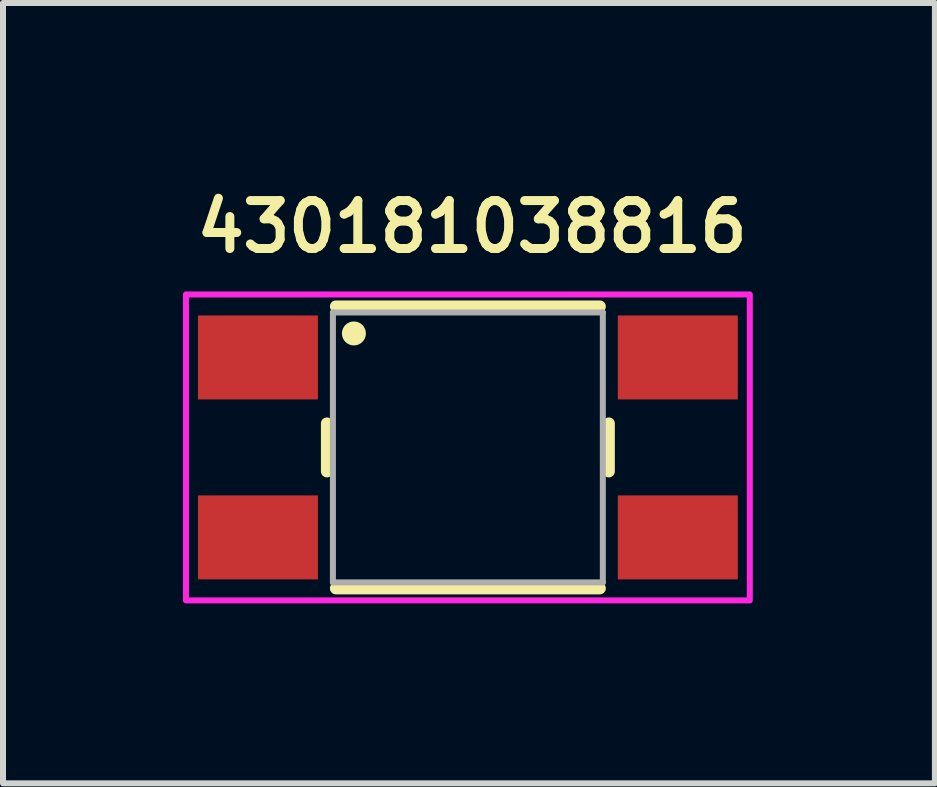
<source format=kicad_pcb>
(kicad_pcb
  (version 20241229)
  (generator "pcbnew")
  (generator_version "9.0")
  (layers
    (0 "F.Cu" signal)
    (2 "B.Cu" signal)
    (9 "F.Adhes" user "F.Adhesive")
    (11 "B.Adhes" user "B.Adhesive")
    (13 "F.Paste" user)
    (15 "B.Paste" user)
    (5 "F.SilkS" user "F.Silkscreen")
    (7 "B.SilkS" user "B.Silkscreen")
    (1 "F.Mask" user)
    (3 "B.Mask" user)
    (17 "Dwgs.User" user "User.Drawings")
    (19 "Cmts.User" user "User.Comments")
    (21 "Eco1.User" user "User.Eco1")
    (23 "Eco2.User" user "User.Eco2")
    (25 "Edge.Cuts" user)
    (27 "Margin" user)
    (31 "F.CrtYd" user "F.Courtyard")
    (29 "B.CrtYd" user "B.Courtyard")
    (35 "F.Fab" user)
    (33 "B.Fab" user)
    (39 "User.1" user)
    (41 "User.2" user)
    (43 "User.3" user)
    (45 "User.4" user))
  (footprint "430181038816"
    (layer "F.Cu")
    (at 4.75 4.409)
    (property "Reference" "430181038816" (at 0.07 -3.678 0) (layer "F.SilkS") (effects (font (size 0.8 0.8) (thickness 0.15))))
    (attr smd)
    (fp_line (start -2.35 -0.4) (end -2.35 0.4) (stroke (width 0.2) (type solid)) (layer "F.SilkS"))
    (fp_line (start -2.2 -2.35) (end 2.2 -2.35) (stroke (width 0.2) (type solid)) (layer "F.SilkS"))
    (fp_line (start 2.2 2.35) (end -2.2 2.35) (stroke (width 0.2) (type solid)) (layer "F.SilkS"))
    (fp_line (start 2.35 0.4) (end 2.35 -0.4) (stroke (width 0.2) (type solid)) (layer "F.SilkS"))
    (fp_circle (center -1.9 -1.9) (end -1.8 -1.9) (stroke (width 0.2) (type solid)) (fill no) (layer "F.SilkS"))
    (fp_poly (pts (xy -4.7 -2.55) (xy 4.7 -2.55) (xy 4.7 2.55) (xy -4.7 2.55)) (stroke (width 0.1) (type solid)) (fill no) (layer "F.CrtYd"))
    (fp_line (start -2.25 -2.25) (end -2.25 2.25) (stroke (width 0.1) (type solid)) (layer "F.Fab"))
    (fp_line (start -2.25 2.25) (end 2.25 2.25) (stroke (width 0.1) (type solid)) (layer "F.Fab"))
    (fp_line (start 2.25 -2.25) (end -2.25 -2.25) (stroke (width 0.1) (type solid)) (layer "F.Fab"))
    (fp_line (start 2.25 2.25) (end 2.25 -2.25) (stroke (width 0.1) (type solid)) (layer "F.Fab"))
    (pad "1" smd rect (at -3.5 -1.5) (size 2 1.4) (layers "F.Cu" "F.Mask" "F.Paste"))
    (pad "2" smd rect (at 3.5 -1.5) (size 2 1.4) (layers "F.Cu" "F.Mask" "F.Paste"))
    (pad "3" smd rect (at -3.5 1.5) (size 2 1.4) (layers "F.Cu" "F.Mask" "F.Paste"))
    (pad "4" smd rect (at 3.5 1.5) (size 2 1.4) (layers "F.Cu" "F.Mask" "F.Paste")))
  (gr_rect
    (start -3 -3)
    (end 12.536 10.009)
    (stroke (width 0.1) (type default))
    (fill no)
    (layer "Edge.Cuts")))
</source>
